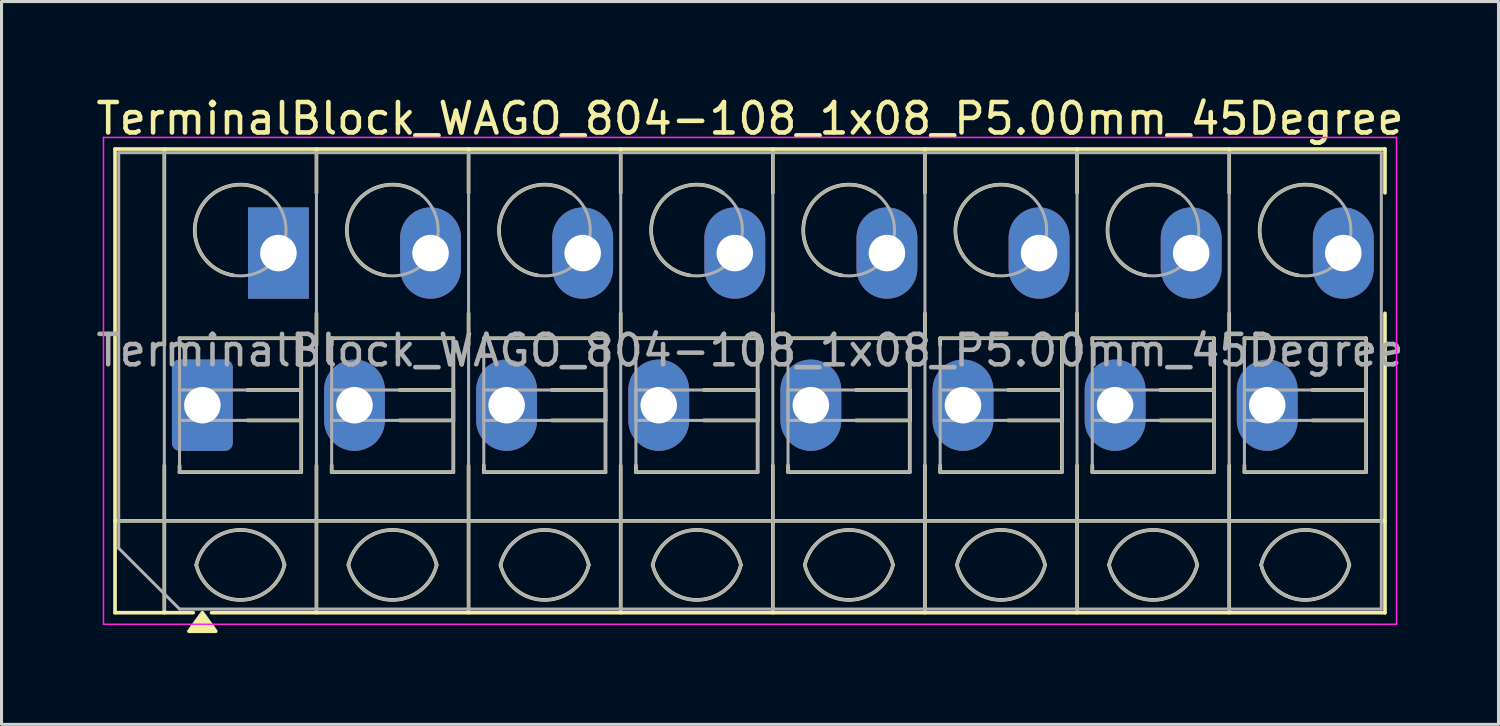
<source format=kicad_pcb>
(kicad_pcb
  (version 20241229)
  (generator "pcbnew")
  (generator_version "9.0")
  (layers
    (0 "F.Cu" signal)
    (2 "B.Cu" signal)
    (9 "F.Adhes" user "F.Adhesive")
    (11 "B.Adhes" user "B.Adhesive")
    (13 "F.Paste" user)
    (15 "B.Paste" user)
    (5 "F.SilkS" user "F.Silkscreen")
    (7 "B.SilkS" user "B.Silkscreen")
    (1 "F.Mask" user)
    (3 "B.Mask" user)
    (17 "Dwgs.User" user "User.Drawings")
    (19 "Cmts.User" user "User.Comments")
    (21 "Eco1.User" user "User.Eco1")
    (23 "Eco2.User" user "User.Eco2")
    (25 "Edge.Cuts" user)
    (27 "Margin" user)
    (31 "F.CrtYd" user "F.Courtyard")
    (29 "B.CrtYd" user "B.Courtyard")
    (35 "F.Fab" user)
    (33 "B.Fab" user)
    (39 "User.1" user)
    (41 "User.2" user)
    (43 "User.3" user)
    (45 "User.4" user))
  (footprint "TerminalBlock_WAGO_804-108_1x08_P5.00mm_45Degree"
    (layer "F.Cu")
    (at 3.601 10.268)
    (property "Reference" "TerminalBlock_WAGO_804-108_1x08_P5.00mm_45Degree" (at 18 -9.42 0) (layer "F.SilkS") (effects (font (size 1 1) (thickness 0.15))))
    (attr through_hole)
    (fp_line (start -2.87 -8.42) (end 38.87 -8.42) (stroke (width 0.12) (type solid)) (layer "F.SilkS"))
    (fp_line (start -2.87 3.8) (end 38.87 3.8) (stroke (width 0.12) (type solid)) (layer "F.SilkS"))
    (fp_line (start -2.87 6.82) (end -2.87 -8.42) (stroke (width 0.12) (type solid)) (layer "F.SilkS"))
    (fp_line (start -1.25 -8.42) (end -1.25 -1.98) (stroke (width 0.12) (type solid)) (layer "F.SilkS"))
    (fp_line (start -1.25 1.98) (end -1.25 6.82) (stroke (width 0.12) (type solid)) (layer "F.SilkS"))
    (fp_line (start -0.75 -2.2) (end 3.25 -2.2) (stroke (width 0.12) (type solid)) (layer "F.SilkS"))
    (fp_line (start -0.75 -1.98) (end -0.75 -2.2) (stroke (width 0.12) (type solid)) (layer "F.SilkS"))
    (fp_line (start -0.75 2.2) (end -0.75 1.98) (stroke (width 0.12) (type solid)) (layer "F.SilkS"))
    (fp_line (start -0.3 6.82) (end -2.87 6.82) (stroke (width 0.12) (type solid)) (layer "F.SilkS"))
    (fp_line (start 1.48 -0.5) (end 3.25 -0.5) (stroke (width 0.12) (type solid)) (layer "F.SilkS"))
    (fp_line (start 3.25 -2.2) (end 3.25 2.2) (stroke (width 0.12) (type solid)) (layer "F.SilkS"))
    (fp_line (start 3.25 -0.5) (end 3.25 0.5) (stroke (width 0.12) (type solid)) (layer "F.SilkS"))
    (fp_line (start 3.25 0.5) (end 1.48 0.5) (stroke (width 0.12) (type solid)) (layer "F.SilkS"))
    (fp_line (start 3.25 2.2) (end -0.75 2.2) (stroke (width 0.12) (type solid)) (layer "F.SilkS"))
    (fp_line (start 3.75 -8.42) (end 3.75 -6.98) (stroke (width 0.12) (type solid)) (layer "F.SilkS"))
    (fp_line (start 3.75 -3.02) (end 3.75 -1.98) (stroke (width 0.12) (type solid)) (layer "F.SilkS"))
    (fp_line (start 3.75 1.98) (end 3.75 6.82) (stroke (width 0.12) (type solid)) (layer "F.SilkS"))
    (fp_line (start 4.25 -2.2) (end 8.25 -2.2) (stroke (width 0.12) (type solid)) (layer "F.SilkS"))
    (fp_line (start 4.25 -1.98) (end 4.25 -2.2) (stroke (width 0.12) (type solid)) (layer "F.SilkS"))
    (fp_line (start 4.25 2.2) (end 4.25 1.98) (stroke (width 0.12) (type solid)) (layer "F.SilkS"))
    (fp_line (start 6.48 -0.5) (end 8.25 -0.5) (stroke (width 0.12) (type solid)) (layer "F.SilkS"))
    (fp_line (start 8.25 -2.2) (end 8.25 2.2) (stroke (width 0.12) (type solid)) (layer "F.SilkS"))
    (fp_line (start 8.25 -0.5) (end 8.25 0.5) (stroke (width 0.12) (type solid)) (layer "F.SilkS"))
    (fp_line (start 8.25 0.5) (end 6.48 0.5) (stroke (width 0.12) (type solid)) (layer "F.SilkS"))
    (fp_line (start 8.25 2.2) (end 4.25 2.2) (stroke (width 0.12) (type solid)) (layer "F.SilkS"))
    (fp_line (start 8.75 -8.42) (end 8.75 -6.98) (stroke (width 0.12) (type solid)) (layer "F.SilkS"))
    (fp_line (start 8.75 -3.02) (end 8.75 -1.98) (stroke (width 0.12) (type solid)) (layer "F.SilkS"))
    (fp_line (start 8.75 1.98) (end 8.75 6.82) (stroke (width 0.12) (type solid)) (layer "F.SilkS"))
    (fp_line (start 9.25 -2.2) (end 13.25 -2.2) (stroke (width 0.12) (type solid)) (layer "F.SilkS"))
    (fp_line (start 9.25 -1.98) (end 9.25 -2.2) (stroke (width 0.12) (type solid)) (layer "F.SilkS"))
    (fp_line (start 9.25 2.2) (end 9.25 1.98) (stroke (width 0.12) (type solid)) (layer "F.SilkS"))
    (fp_line (start 11.48 -0.5) (end 13.25 -0.5) (stroke (width 0.12) (type solid)) (layer "F.SilkS"))
    (fp_line (start 13.25 -2.2) (end 13.25 2.2) (stroke (width 0.12) (type solid)) (layer "F.SilkS"))
    (fp_line (start 13.25 -0.5) (end 13.25 0.5) (stroke (width 0.12) (type solid)) (layer "F.SilkS"))
    (fp_line (start 13.25 0.5) (end 11.48 0.5) (stroke (width 0.12) (type solid)) (layer "F.SilkS"))
    (fp_line (start 13.25 2.2) (end 9.25 2.2) (stroke (width 0.12) (type solid)) (layer "F.SilkS"))
    (fp_line (start 13.75 -8.42) (end 13.75 -6.98) (stroke (width 0.12) (type solid)) (layer "F.SilkS"))
    (fp_line (start 13.75 -3.02) (end 13.75 -1.98) (stroke (width 0.12) (type solid)) (layer "F.SilkS"))
    (fp_line (start 13.75 1.98) (end 13.75 6.82) (stroke (width 0.12) (type solid)) (layer "F.SilkS"))
    (fp_line (start 14.25 -2.2) (end 18.25 -2.2) (stroke (width 0.12) (type solid)) (layer "F.SilkS"))
    (fp_line (start 14.25 -1.98) (end 14.25 -2.2) (stroke (width 0.12) (type solid)) (layer "F.SilkS"))
    (fp_line (start 14.25 2.2) (end 14.25 1.98) (stroke (width 0.12) (type solid)) (layer "F.SilkS"))
    (fp_line (start 16.48 -0.5) (end 18.25 -0.5) (stroke (width 0.12) (type solid)) (layer "F.SilkS"))
    (fp_line (start 18.25 -2.2) (end 18.25 2.2) (stroke (width 0.12) (type solid)) (layer "F.SilkS"))
    (fp_line (start 18.25 -0.5) (end 18.25 0.5) (stroke (width 0.12) (type solid)) (layer "F.SilkS"))
    (fp_line (start 18.25 0.5) (end 16.48 0.5) (stroke (width 0.12) (type solid)) (layer "F.SilkS"))
    (fp_line (start 18.25 2.2) (end 14.25 2.2) (stroke (width 0.12) (type solid)) (layer "F.SilkS"))
    (fp_line (start 18.75 -8.42) (end 18.75 -6.98) (stroke (width 0.12) (type solid)) (layer "F.SilkS"))
    (fp_line (start 18.75 -3.02) (end 18.75 -1.98) (stroke (width 0.12) (type solid)) (layer "F.SilkS"))
    (fp_line (start 18.75 1.98) (end 18.75 6.82) (stroke (width 0.12) (type solid)) (layer "F.SilkS"))
    (fp_line (start 19.25 -2.2) (end 23.25 -2.2) (stroke (width 0.12) (type solid)) (layer "F.SilkS"))
    (fp_line (start 19.25 -1.98) (end 19.25 -2.2) (stroke (width 0.12) (type solid)) (layer "F.SilkS"))
    (fp_line (start 19.25 2.2) (end 19.25 1.98) (stroke (width 0.12) (type solid)) (layer "F.SilkS"))
    (fp_line (start 21.48 -0.5) (end 23.25 -0.5) (stroke (width 0.12) (type solid)) (layer "F.SilkS"))
    (fp_line (start 23.25 -2.2) (end 23.25 2.2) (stroke (width 0.12) (type solid)) (layer "F.SilkS"))
    (fp_line (start 23.25 -0.5) (end 23.25 0.5) (stroke (width 0.12) (type solid)) (layer "F.SilkS"))
    (fp_line (start 23.25 0.5) (end 21.48 0.5) (stroke (width 0.12) (type solid)) (layer "F.SilkS"))
    (fp_line (start 23.25 2.2) (end 19.25 2.2) (stroke (width 0.12) (type solid)) (layer "F.SilkS"))
    (fp_line (start 23.75 -8.42) (end 23.75 -6.98) (stroke (width 0.12) (type solid)) (layer "F.SilkS"))
    (fp_line (start 23.75 -3.02) (end 23.75 -1.98) (stroke (width 0.12) (type solid)) (layer "F.SilkS"))
    (fp_line (start 23.75 1.98) (end 23.75 6.82) (stroke (width 0.12) (type solid)) (layer "F.SilkS"))
    (fp_line (start 24.25 -2.2) (end 28.25 -2.2) (stroke (width 0.12) (type solid)) (layer "F.SilkS"))
    (fp_line (start 24.25 -1.98) (end 24.25 -2.2) (stroke (width 0.12) (type solid)) (layer "F.SilkS"))
    (fp_line (start 24.25 2.2) (end 24.25 1.98) (stroke (width 0.12) (type solid)) (layer "F.SilkS"))
    (fp_line (start 26.48 -0.5) (end 28.25 -0.5) (stroke (width 0.12) (type solid)) (layer "F.SilkS"))
    (fp_line (start 28.25 -2.2) (end 28.25 2.2) (stroke (width 0.12) (type solid)) (layer "F.SilkS"))
    (fp_line (start 28.25 -0.5) (end 28.25 0.5) (stroke (width 0.12) (type solid)) (layer "F.SilkS"))
    (fp_line (start 28.25 0.5) (end 26.48 0.5) (stroke (width 0.12) (type solid)) (layer "F.SilkS"))
    (fp_line (start 28.25 2.2) (end 24.25 2.2) (stroke (width 0.12) (type solid)) (layer "F.SilkS"))
    (fp_line (start 28.75 -8.42) (end 28.75 -6.98) (stroke (width 0.12) (type solid)) (layer "F.SilkS"))
    (fp_line (start 28.75 -3.02) (end 28.75 -1.98) (stroke (width 0.12) (type solid)) (layer "F.SilkS"))
    (fp_line (start 28.75 1.98) (end 28.75 6.82) (stroke (width 0.12) (type solid)) (layer "F.SilkS"))
    (fp_line (start 29.25 -2.2) (end 33.25 -2.2) (stroke (width 0.12) (type solid)) (layer "F.SilkS"))
    (fp_line (start 29.25 -1.98) (end 29.25 -2.2) (stroke (width 0.12) (type solid)) (layer "F.SilkS"))
    (fp_line (start 29.25 2.2) (end 29.25 1.98) (stroke (width 0.12) (type solid)) (layer "F.SilkS"))
    (fp_line (start 31.48 -0.5) (end 33.25 -0.5) (stroke (width 0.12) (type solid)) (layer "F.SilkS"))
    (fp_line (start 33.25 -2.2) (end 33.25 2.2) (stroke (width 0.12) (type solid)) (layer "F.SilkS"))
    (fp_line (start 33.25 -0.5) (end 33.25 0.5) (stroke (width 0.12) (type solid)) (layer "F.SilkS"))
    (fp_line (start 33.25 0.5) (end 31.48 0.5) (stroke (width 0.12) (type solid)) (layer "F.SilkS"))
    (fp_line (start 33.25 2.2) (end 29.25 2.2) (stroke (width 0.12) (type solid)) (layer "F.SilkS"))
    (fp_line (start 33.75 -8.42) (end 33.75 -6.98) (stroke (width 0.12) (type solid)) (layer "F.SilkS"))
    (fp_line (start 33.75 -3.02) (end 33.75 -1.98) (stroke (width 0.12) (type solid)) (layer "F.SilkS"))
    (fp_line (start 33.75 1.98) (end 33.75 6.82) (stroke (width 0.12) (type solid)) (layer "F.SilkS"))
    (fp_line (start 34.25 -2.2) (end 38.25 -2.2) (stroke (width 0.12) (type solid)) (layer "F.SilkS"))
    (fp_line (start 34.25 -1.98) (end 34.25 -2.2) (stroke (width 0.12) (type solid)) (layer "F.SilkS"))
    (fp_line (start 34.25 2.2) (end 34.25 1.98) (stroke (width 0.12) (type solid)) (layer "F.SilkS"))
    (fp_line (start 36.48 -0.5) (end 38.25 -0.5) (stroke (width 0.12) (type solid)) (layer "F.SilkS"))
    (fp_line (start 38.25 -2.2) (end 38.25 2.2) (stroke (width 0.12) (type solid)) (layer "F.SilkS"))
    (fp_line (start 38.25 -0.5) (end 38.25 0.5) (stroke (width 0.12) (type solid)) (layer "F.SilkS"))
    (fp_line (start 38.25 0.5) (end 36.48 0.5) (stroke (width 0.12) (type solid)) (layer "F.SilkS"))
    (fp_line (start 38.25 2.2) (end 34.25 2.2) (stroke (width 0.12) (type solid)) (layer "F.SilkS"))
    (fp_line (start 38.87 -8.42) (end 38.87 -6.98) (stroke (width 0.12) (type solid)) (layer "F.SilkS"))
    (fp_line (start 38.87 -3.02) (end 38.87 6.82) (stroke (width 0.12) (type solid)) (layer "F.SilkS"))
    (fp_line (start 38.87 6.82) (end 0.3 6.82) (stroke (width 0.12) (type solid)) (layer "F.SilkS"))
    (fp_arc (start -0.2 5.25) (mid 1.25 4.1) (end 2.7 5.25) (stroke (width 0.12) (type solid)) (layer "F.SilkS"))
    (fp_arc (start 1.02 -4.268) (mid -0.141916 -6.309209) (end 2.109 -6.98) (stroke (width 0.12) (type solid)) (layer "F.SilkS"))
    (fp_arc (start 2.7 5.25) (mid 1.25 6.4) (end -0.2 5.25) (stroke (width 0.12) (type solid)) (layer "F.SilkS"))
    (fp_arc (start 4.8 5.25) (mid 6.25 4.1) (end 7.7 5.25) (stroke (width 0.12) (type solid)) (layer "F.SilkS"))
    (fp_arc (start 6.02 -4.268) (mid 4.858084 -6.309209) (end 7.109 -6.98) (stroke (width 0.12) (type solid)) (layer "F.SilkS"))
    (fp_arc (start 7.7 5.25) (mid 6.25 6.4) (end 4.8 5.25) (stroke (width 0.12) (type solid)) (layer "F.SilkS"))
    (fp_arc (start 9.8 5.25) (mid 11.25 4.1) (end 12.7 5.25) (stroke (width 0.12) (type solid)) (layer "F.SilkS"))
    (fp_arc (start 11.02 -4.268) (mid 9.858084 -6.309209) (end 12.109 -6.98) (stroke (width 0.12) (type solid)) (layer "F.SilkS"))
    (fp_arc (start 12.7 5.25) (mid 11.25 6.4) (end 9.8 5.25) (stroke (width 0.12) (type solid)) (layer "F.SilkS"))
    (fp_arc (start 14.8 5.25) (mid 16.25 4.1) (end 17.7 5.25) (stroke (width 0.12) (type solid)) (layer "F.SilkS"))
    (fp_arc (start 16.02 -4.268) (mid 14.858084 -6.309209) (end 17.109 -6.98) (stroke (width 0.12) (type solid)) (layer "F.SilkS"))
    (fp_arc (start 17.7 5.25) (mid 16.25 6.4) (end 14.8 5.25) (stroke (width 0.12) (type solid)) (layer "F.SilkS"))
    (fp_arc (start 19.8 5.25) (mid 21.25 4.1) (end 22.7 5.25) (stroke (width 0.12) (type solid)) (layer "F.SilkS"))
    (fp_arc (start 21.02 -4.268) (mid 19.858084 -6.309209) (end 22.109 -6.98) (stroke (width 0.12) (type solid)) (layer "F.SilkS"))
    (fp_arc (start 22.7 5.25) (mid 21.25 6.4) (end 19.8 5.25) (stroke (width 0.12) (type solid)) (layer "F.SilkS"))
    (fp_arc (start 24.8 5.25) (mid 26.25 4.1) (end 27.7 5.25) (stroke (width 0.12) (type solid)) (layer "F.SilkS"))
    (fp_arc (start 26.02 -4.268) (mid 24.858084 -6.309209) (end 27.109 -6.98) (stroke (width 0.12) (type solid)) (layer "F.SilkS"))
    (fp_arc (start 27.7 5.25) (mid 26.25 6.4) (end 24.8 5.25) (stroke (width 0.12) (type solid)) (layer "F.SilkS"))
    (fp_arc (start 29.8 5.25) (mid 31.25 4.1) (end 32.7 5.25) (stroke (width 0.12) (type solid)) (layer "F.SilkS"))
    (fp_arc (start 31.02 -4.268) (mid 29.858084 -6.309209) (end 32.109 -6.98) (stroke (width 0.12) (type solid)) (layer "F.SilkS"))
    (fp_arc (start 32.7 5.25) (mid 31.25 6.4) (end 29.8 5.25) (stroke (width 0.12) (type solid)) (layer "F.SilkS"))
    (fp_arc (start 34.8 5.25) (mid 36.25 4.1) (end 37.7 5.25) (stroke (width 0.12) (type solid)) (layer "F.SilkS"))
    (fp_arc (start 36.02 -4.268) (mid 34.858084 -6.309209) (end 37.109 -6.98) (stroke (width 0.12) (type solid)) (layer "F.SilkS"))
    (fp_arc (start 37.7 5.25) (mid 36.25 6.4) (end 34.8 5.25) (stroke (width 0.12) (type solid)) (layer "F.SilkS"))
    (fp_poly (pts (xy 0 6.82) (xy 0.44 7.43) (xy -0.44 7.43)) (stroke (width 0.12) (type solid)) (fill yes) (layer "F.SilkS"))
    (fp_line (start -3.25 -8.8) (end -3.25 7.2) (stroke (width 0.05) (type solid)) (layer "F.CrtYd"))
    (fp_line (start -3.25 7.2) (end 39.25 7.2) (stroke (width 0.05) (type solid)) (layer "F.CrtYd"))
    (fp_line (start 39.25 -8.8) (end -3.25 -8.8) (stroke (width 0.05) (type solid)) (layer "F.CrtYd"))
    (fp_line (start 39.25 7.2) (end 39.25 -8.8) (stroke (width 0.05) (type solid)) (layer "F.CrtYd"))
    (fp_line (start -2.75 -8.3) (end 38.75 -8.3) (stroke (width 0.1) (type solid)) (layer "F.Fab"))
    (fp_line (start -2.75 3.8) (end 38.75 3.8) (stroke (width 0.1) (type solid)) (layer "F.Fab"))
    (fp_line (start -2.75 4.7) (end -2.75 -8.3) (stroke (width 0.1) (type solid)) (layer "F.Fab"))
    (fp_line (start -1.25 -8.3) (end -1.25 6.7) (stroke (width 0.1) (type solid)) (layer "F.Fab"))
    (fp_line (start -0.75 -2.2) (end -0.75 2.2) (stroke (width 0.1) (type solid)) (layer "F.Fab"))
    (fp_line (start -0.75 -0.5) (end -0.75 0.5) (stroke (width 0.1) (type solid)) (layer "F.Fab"))
    (fp_line (start -0.75 0.5) (end 3.25 0.5) (stroke (width 0.1) (type solid)) (layer "F.Fab"))
    (fp_line (start -0.75 2.2) (end 3.25 2.2) (stroke (width 0.1) (type solid)) (layer "F.Fab"))
    (fp_line (start -0.75 6.7) (end -2.75 4.7) (stroke (width 0.1) (type solid)) (layer "F.Fab"))
    (fp_line (start 3.25 -2.2) (end -0.75 -2.2) (stroke (width 0.1) (type solid)) (layer "F.Fab"))
    (fp_line (start 3.25 -0.5) (end -0.75 -0.5) (stroke (width 0.1) (type solid)) (layer "F.Fab"))
    (fp_line (start 3.25 0.5) (end 3.25 -0.5) (stroke (width 0.1) (type solid)) (layer "F.Fab"))
    (fp_line (start 3.25 2.2) (end 3.25 -2.2) (stroke (width 0.1) (type solid)) (layer "F.Fab"))
    (fp_line (start 3.75 -8.3) (end 3.75 6.7) (stroke (width 0.1) (type solid)) (layer "F.Fab"))
    (fp_line (start 4.25 -2.2) (end 4.25 2.2) (stroke (width 0.1) (type solid)) (layer "F.Fab"))
    (fp_line (start 4.25 -0.5) (end 4.25 0.5) (stroke (width 0.1) (type solid)) (layer "F.Fab"))
    (fp_line (start 4.25 0.5) (end 8.25 0.5) (stroke (width 0.1) (type solid)) (layer "F.Fab"))
    (fp_line (start 4.25 2.2) (end 8.25 2.2) (stroke (width 0.1) (type solid)) (layer "F.Fab"))
    (fp_line (start 8.25 -2.2) (end 4.25 -2.2) (stroke (width 0.1) (type solid)) (layer "F.Fab"))
    (fp_line (start 8.25 -0.5) (end 4.25 -0.5) (stroke (width 0.1) (type solid)) (layer "F.Fab"))
    (fp_line (start 8.25 0.5) (end 8.25 -0.5) (stroke (width 0.1) (type solid)) (layer "F.Fab"))
    (fp_line (start 8.25 2.2) (end 8.25 -2.2) (stroke (width 0.1) (type solid)) (layer "F.Fab"))
    (fp_line (start 8.75 -8.3) (end 8.75 6.7) (stroke (width 0.1) (type solid)) (layer "F.Fab"))
    (fp_line (start 9.25 -2.2) (end 9.25 2.2) (stroke (width 0.1) (type solid)) (layer "F.Fab"))
    (fp_line (start 9.25 -0.5) (end 9.25 0.5) (stroke (width 0.1) (type solid)) (layer "F.Fab"))
    (fp_line (start 9.25 0.5) (end 13.25 0.5) (stroke (width 0.1) (type solid)) (layer "F.Fab"))
    (fp_line (start 9.25 2.2) (end 13.25 2.2) (stroke (width 0.1) (type solid)) (layer "F.Fab"))
    (fp_line (start 13.25 -2.2) (end 9.25 -2.2) (stroke (width 0.1) (type solid)) (layer "F.Fab"))
    (fp_line (start 13.25 -0.5) (end 9.25 -0.5) (stroke (width 0.1) (type solid)) (layer "F.Fab"))
    (fp_line (start 13.25 0.5) (end 13.25 -0.5) (stroke (width 0.1) (type solid)) (layer "F.Fab"))
    (fp_line (start 13.25 2.2) (end 13.25 -2.2) (stroke (width 0.1) (type solid)) (layer "F.Fab"))
    (fp_line (start 13.75 -8.3) (end 13.75 6.7) (stroke (width 0.1) (type solid)) (layer "F.Fab"))
    (fp_line (start 14.25 -2.2) (end 14.25 2.2) (stroke (width 0.1) (type solid)) (layer "F.Fab"))
    (fp_line (start 14.25 -0.5) (end 14.25 0.5) (stroke (width 0.1) (type solid)) (layer "F.Fab"))
    (fp_line (start 14.25 0.5) (end 18.25 0.5) (stroke (width 0.1) (type solid)) (layer "F.Fab"))
    (fp_line (start 14.25 2.2) (end 18.25 2.2) (stroke (width 0.1) (type solid)) (layer "F.Fab"))
    (fp_line (start 18.25 -2.2) (end 14.25 -2.2) (stroke (width 0.1) (type solid)) (layer "F.Fab"))
    (fp_line (start 18.25 -0.5) (end 14.25 -0.5) (stroke (width 0.1) (type solid)) (layer "F.Fab"))
    (fp_line (start 18.25 0.5) (end 18.25 -0.5) (stroke (width 0.1) (type solid)) (layer "F.Fab"))
    (fp_line (start 18.25 2.2) (end 18.25 -2.2) (stroke (width 0.1) (type solid)) (layer "F.Fab"))
    (fp_line (start 18.75 -8.3) (end 18.75 6.7) (stroke (width 0.1) (type solid)) (layer "F.Fab"))
    (fp_line (start 19.25 -2.2) (end 19.25 2.2) (stroke (width 0.1) (type solid)) (layer "F.Fab"))
    (fp_line (start 19.25 -0.5) (end 19.25 0.5) (stroke (width 0.1) (type solid)) (layer "F.Fab"))
    (fp_line (start 19.25 0.5) (end 23.25 0.5) (stroke (width 0.1) (type solid)) (layer "F.Fab"))
    (fp_line (start 19.25 2.2) (end 23.25 2.2) (stroke (width 0.1) (type solid)) (layer "F.Fab"))
    (fp_line (start 23.25 -2.2) (end 19.25 -2.2) (stroke (width 0.1) (type solid)) (layer "F.Fab"))
    (fp_line (start 23.25 -0.5) (end 19.25 -0.5) (stroke (width 0.1) (type solid)) (layer "F.Fab"))
    (fp_line (start 23.25 0.5) (end 23.25 -0.5) (stroke (width 0.1) (type solid)) (layer "F.Fab"))
    (fp_line (start 23.25 2.2) (end 23.25 -2.2) (stroke (width 0.1) (type solid)) (layer "F.Fab"))
    (fp_line (start 23.75 -8.3) (end 23.75 6.7) (stroke (width 0.1) (type solid)) (layer "F.Fab"))
    (fp_line (start 24.25 -2.2) (end 24.25 2.2) (stroke (width 0.1) (type solid)) (layer "F.Fab"))
    (fp_line (start 24.25 -0.5) (end 24.25 0.5) (stroke (width 0.1) (type solid)) (layer "F.Fab"))
    (fp_line (start 24.25 0.5) (end 28.25 0.5) (stroke (width 0.1) (type solid)) (layer "F.Fab"))
    (fp_line (start 24.25 2.2) (end 28.25 2.2) (stroke (width 0.1) (type solid)) (layer "F.Fab"))
    (fp_line (start 28.25 -2.2) (end 24.25 -2.2) (stroke (width 0.1) (type solid)) (layer "F.Fab"))
    (fp_line (start 28.25 -0.5) (end 24.25 -0.5) (stroke (width 0.1) (type solid)) (layer "F.Fab"))
    (fp_line (start 28.25 0.5) (end 28.25 -0.5) (stroke (width 0.1) (type solid)) (layer "F.Fab"))
    (fp_line (start 28.25 2.2) (end 28.25 -2.2) (stroke (width 0.1) (type solid)) (layer "F.Fab"))
    (fp_line (start 28.75 -8.3) (end 28.75 6.7) (stroke (width 0.1) (type solid)) (layer "F.Fab"))
    (fp_line (start 29.25 -2.2) (end 29.25 2.2) (stroke (width 0.1) (type solid)) (layer "F.Fab"))
    (fp_line (start 29.25 -0.5) (end 29.25 0.5) (stroke (width 0.1) (type solid)) (layer "F.Fab"))
    (fp_line (start 29.25 0.5) (end 33.25 0.5) (stroke (width 0.1) (type solid)) (layer "F.Fab"))
    (fp_line (start 29.25 2.2) (end 33.25 2.2) (stroke (width 0.1) (type solid)) (layer "F.Fab"))
    (fp_line (start 33.25 -2.2) (end 29.25 -2.2) (stroke (width 0.1) (type solid)) (layer "F.Fab"))
    (fp_line (start 33.25 -0.5) (end 29.25 -0.5) (stroke (width 0.1) (type solid)) (layer "F.Fab"))
    (fp_line (start 33.25 0.5) (end 33.25 -0.5) (stroke (width 0.1) (type solid)) (layer "F.Fab"))
    (fp_line (start 33.25 2.2) (end 33.25 -2.2) (stroke (width 0.1) (type solid)) (layer "F.Fab"))
    (fp_line (start 33.75 -8.3) (end 33.75 6.7) (stroke (width 0.1) (type solid)) (layer "F.Fab"))
    (fp_line (start 34.25 -2.2) (end 34.25 2.2) (stroke (width 0.1) (type solid)) (layer "F.Fab"))
    (fp_line (start 34.25 -0.5) (end 34.25 0.5) (stroke (width 0.1) (type solid)) (layer "F.Fab"))
    (fp_line (start 34.25 0.5) (end 38.25 0.5) (stroke (width 0.1) (type solid)) (layer "F.Fab"))
    (fp_line (start 34.25 2.2) (end 38.25 2.2) (stroke (width 0.1) (type solid)) (layer "F.Fab"))
    (fp_line (start 38.25 -2.2) (end 34.25 -2.2) (stroke (width 0.1) (type solid)) (layer "F.Fab"))
    (fp_line (start 38.25 -0.5) (end 34.25 -0.5) (stroke (width 0.1) (type solid)) (layer "F.Fab"))
    (fp_line (start 38.25 0.5) (end 38.25 -0.5) (stroke (width 0.1) (type solid)) (layer "F.Fab"))
    (fp_line (start 38.25 2.2) (end 38.25 -2.2) (stroke (width 0.1) (type solid)) (layer "F.Fab"))
    (fp_line (start 38.75 -8.3) (end 38.75 6.7) (stroke (width 0.1) (type solid)) (layer "F.Fab"))
    (fp_line (start 38.75 6.7) (end -0.75 6.7) (stroke (width 0.1) (type solid)) (layer "F.Fab"))
    (fp_arc (start -0.2 5.25) (mid 1.25 4.1) (end 2.7 5.25) (stroke (width 0.1) (type solid)) (layer "F.Fab"))
    (fp_arc (start 2.7 5.25) (mid 1.25 6.4) (end -0.2 5.25) (stroke (width 0.1) (type solid)) (layer "F.Fab"))
    (fp_arc (start 4.8 5.25) (mid 6.25 4.1) (end 7.7 5.25) (stroke (width 0.1) (type solid)) (layer "F.Fab"))
    (fp_arc (start 7.7 5.25) (mid 6.25 6.4) (end 4.8 5.25) (stroke (width 0.1) (type solid)) (layer "F.Fab"))
    (fp_arc (start 9.8 5.25) (mid 11.25 4.1) (end 12.7 5.25) (stroke (width 0.1) (type solid)) (layer "F.Fab"))
    (fp_arc (start 12.7 5.25) (mid 11.25 6.4) (end 9.8 5.25) (stroke (width 0.1) (type solid)) (layer "F.Fab"))
    (fp_arc (start 14.8 5.25) (mid 16.25 4.1) (end 17.7 5.25) (stroke (width 0.1) (type solid)) (layer "F.Fab"))
    (fp_arc (start 17.7 5.25) (mid 16.25 6.4) (end 14.8 5.25) (stroke (width 0.1) (type solid)) (layer "F.Fab"))
    (fp_arc (start 19.8 5.25) (mid 21.25 4.1) (end 22.7 5.25) (stroke (width 0.1) (type solid)) (layer "F.Fab"))
    (fp_arc (start 22.7 5.25) (mid 21.25 6.4) (end 19.8 5.25) (stroke (width 0.1) (type solid)) (layer "F.Fab"))
    (fp_arc (start 24.8 5.25) (mid 26.25 4.1) (end 27.7 5.25) (stroke (width 0.1) (type solid)) (layer "F.Fab"))
    (fp_arc (start 27.7 5.25) (mid 26.25 6.4) (end 24.8 5.25) (stroke (width 0.1) (type solid)) (layer "F.Fab"))
    (fp_arc (start 29.8 5.25) (mid 31.25 4.1) (end 32.7 5.25) (stroke (width 0.1) (type solid)) (layer "F.Fab"))
    (fp_arc (start 32.7 5.25) (mid 31.25 6.4) (end 29.8 5.25) (stroke (width 0.1) (type solid)) (layer "F.Fab"))
    (fp_arc (start 34.8 5.25) (mid 36.25 4.1) (end 37.7 5.25) (stroke (width 0.1) (type solid)) (layer "F.Fab"))
    (fp_arc (start 37.7 5.25) (mid 36.25 6.4) (end 34.8 5.25) (stroke (width 0.1) (type solid)) (layer "F.Fab"))
    (fp_circle (center 1.25 -5.75) (end 2.75 -5.75) (stroke (width 0.1) (type solid)) (fill no) (layer "F.Fab"))
    (fp_circle (center 6.25 -5.75) (end 7.75 -5.75) (stroke (width 0.1) (type solid)) (fill no) (layer "F.Fab"))
    (fp_circle (center 11.25 -5.75) (end 12.75 -5.75) (stroke (width 0.1) (type solid)) (fill no) (layer "F.Fab"))
    (fp_circle (center 16.25 -5.75) (end 17.75 -5.75) (stroke (width 0.1) (type solid)) (fill no) (layer "F.Fab"))
    (fp_circle (center 21.25 -5.75) (end 22.75 -5.75) (stroke (width 0.1) (type solid)) (fill no) (layer "F.Fab"))
    (fp_circle (center 26.25 -5.75) (end 27.75 -5.75) (stroke (width 0.1) (type solid)) (fill no) (layer "F.Fab"))
    (fp_circle (center 31.25 -5.75) (end 32.75 -5.75) (stroke (width 0.1) (type solid)) (fill no) (layer "F.Fab"))
    (fp_circle (center 36.25 -5.75) (end 37.75 -5.75) (stroke (width 0.1) (type solid)) (fill no) (layer "F.Fab"))
    (fp_text user "${REFERENCE}" (at 18 -1.8 0) (layer "F.Fab") (effects (font (size 1 1) (thickness 0.15))))
    (pad "1" thru_hole roundrect (at 0 0) (size 2 3) (drill 1.2) (layers "*.Cu" "*.Mask") (roundrect_rratio 0.125))
    (pad "1" thru_hole rect (at 2.5 -5) (size 2 3) (drill 1.2) (layers "*.Cu" "*.Mask"))
    (pad "2" thru_hole oval (at 5 0) (size 2 3) (drill 1.2) (layers "*.Cu" "*.Mask"))
    (pad "2" thru_hole oval (at 7.5 -5) (size 2 3) (drill 1.2) (layers "*.Cu" "*.Mask"))
    (pad "3" thru_hole oval (at 10 0) (size 2 3) (drill 1.2) (layers "*.Cu" "*.Mask"))
    (pad "3" thru_hole oval (at 12.5 -5) (size 2 3) (drill 1.2) (layers "*.Cu" "*.Mask"))
    (pad "4" thru_hole oval (at 15 0) (size 2 3) (drill 1.2) (layers "*.Cu" "*.Mask"))
    (pad "4" thru_hole oval (at 17.5 -5) (size 2 3) (drill 1.2) (layers "*.Cu" "*.Mask"))
    (pad "5" thru_hole oval (at 20 0) (size 2 3) (drill 1.2) (layers "*.Cu" "*.Mask"))
    (pad "5" thru_hole oval (at 22.5 -5) (size 2 3) (drill 1.2) (layers "*.Cu" "*.Mask"))
    (pad "6" thru_hole oval (at 25 0) (size 2 3) (drill 1.2) (layers "*.Cu" "*.Mask"))
    (pad "6" thru_hole oval (at 27.5 -5) (size 2 3) (drill 1.2) (layers "*.Cu" "*.Mask"))
    (pad "7" thru_hole oval (at 30 0) (size 2 3) (drill 1.2) (layers "*.Cu" "*.Mask"))
    (pad "7" thru_hole oval (at 32.5 -5) (size 2 3) (drill 1.2) (layers "*.Cu" "*.Mask"))
    (pad "8" thru_hole oval (at 35 0) (size 2 3) (drill 1.2) (layers "*.Cu" "*.Mask"))
    (pad "8" thru_hole oval (at 37.5 -5) (size 2 3) (drill 1.2) (layers "*.Cu" "*.Mask")))
  (gr_rect
    (start -3 -3)
    (end 46.202 20.758)
    (stroke (width 0.1) (type default))
    (fill no)
    (layer "Edge.Cuts")))
</source>
